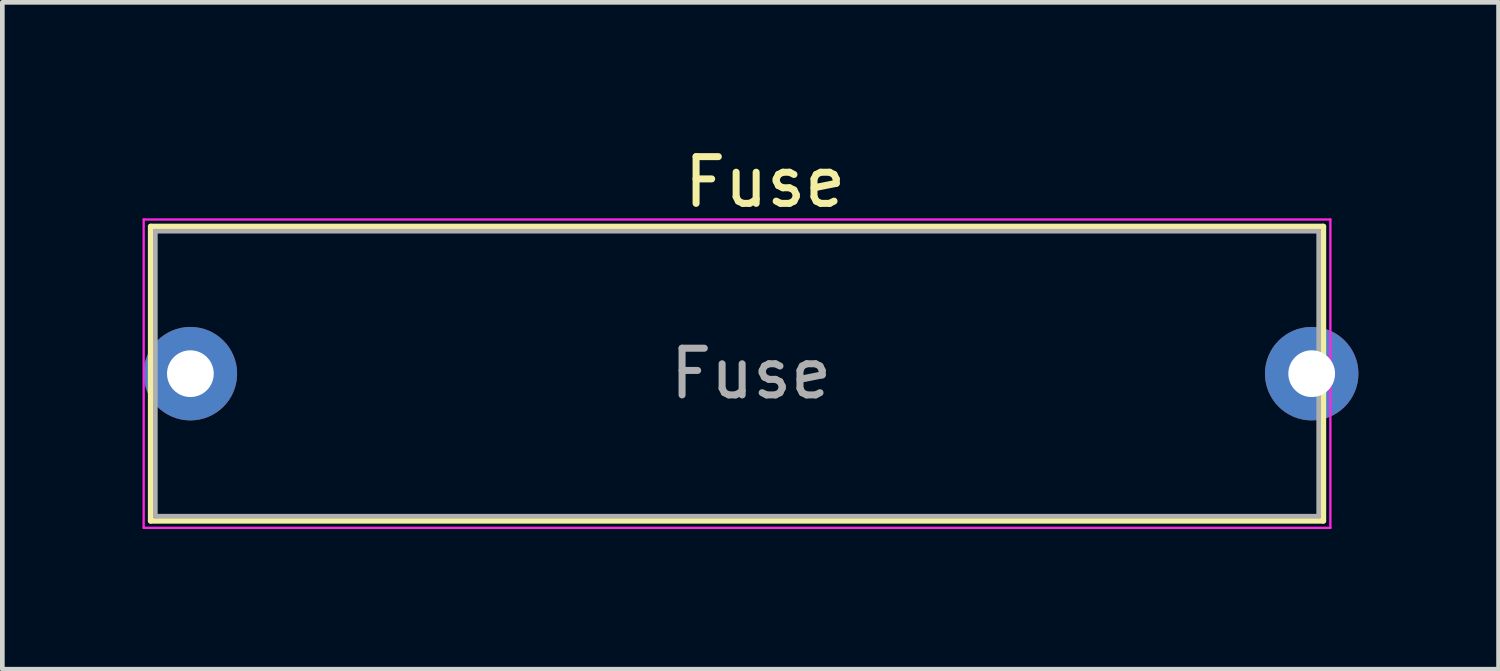
<source format=kicad_pcb>
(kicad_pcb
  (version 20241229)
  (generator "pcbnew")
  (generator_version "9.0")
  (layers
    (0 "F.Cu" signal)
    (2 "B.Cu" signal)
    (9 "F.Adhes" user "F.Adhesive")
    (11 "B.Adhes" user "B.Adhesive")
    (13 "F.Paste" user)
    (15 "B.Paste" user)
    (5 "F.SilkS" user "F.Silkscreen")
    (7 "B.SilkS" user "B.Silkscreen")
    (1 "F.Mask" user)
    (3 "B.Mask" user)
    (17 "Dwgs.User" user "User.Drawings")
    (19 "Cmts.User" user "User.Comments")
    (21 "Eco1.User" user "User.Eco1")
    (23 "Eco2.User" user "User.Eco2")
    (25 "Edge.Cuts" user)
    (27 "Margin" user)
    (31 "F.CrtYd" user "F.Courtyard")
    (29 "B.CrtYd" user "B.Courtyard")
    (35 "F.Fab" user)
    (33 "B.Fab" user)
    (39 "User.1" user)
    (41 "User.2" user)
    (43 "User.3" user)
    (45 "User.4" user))
  (footprint "Fuse"
    (layer "F.Cu")
    (at 1.025 4.948)
    (property "Reference" "Fuse" (at 12.3 -4.1 0) (layer "F.SilkS") (effects (font (size 1 1) (thickness 0.15))))
    (attr through_hole)
    (fp_line (start -0.85 -3.15) (end -0.85 3.15) (stroke (width 0.12) (type solid)) (layer "F.SilkS"))
    (fp_line (start -0.85 -3.15) (end 24.25 -3.15) (stroke (width 0.12) (type solid)) (layer "F.SilkS"))
    (fp_line (start 24.25 3.15) (end -0.85 3.15) (stroke (width 0.12) (type solid)) (layer "F.SilkS"))
    (fp_line (start 24.25 3.15) (end 24.25 -3.15) (stroke (width 0.12) (type solid)) (layer "F.SilkS"))
    (fp_line (start -1 -3.3) (end -1 3.3) (stroke (width 0.05) (type solid)) (layer "F.CrtYd"))
    (fp_line (start -1 -3.3) (end 24.4 -3.3) (stroke (width 0.05) (type solid)) (layer "F.CrtYd"))
    (fp_line (start 24.4 3.3) (end -1 3.3) (stroke (width 0.05) (type solid)) (layer "F.CrtYd"))
    (fp_line (start 24.4 3.3) (end 24.4 -3.3) (stroke (width 0.05) (type solid)) (layer "F.CrtYd"))
    (fp_line (start -0.75 -3.05) (end -0.75 3.05) (stroke (width 0.1) (type solid)) (layer "F.Fab"))
    (fp_line (start -0.75 3.05) (end 24.15 3.05) (stroke (width 0.1) (type solid)) (layer "F.Fab"))
    (fp_line (start 24.15 -3.05) (end -0.75 -3.05) (stroke (width 0.1) (type solid)) (layer "F.Fab"))
    (fp_line (start 24.15 3.05) (end 24.15 -3.05) (stroke (width 0.1) (type solid)) (layer "F.Fab"))
    (fp_text user "${REFERENCE}" (at 12 0 0) (layer "F.Fab") (effects (font (size 1 1) (thickness 0.15))))
    (pad "1" thru_hole circle (at 0 0) (size 2 2) (drill 1) (layers "*.Cu" "*.Mask"))
    (pad "2" thru_hole circle (at 24 0) (size 2 2) (drill 1) (layers "*.Cu" "*.Mask")))
  (gr_rect
    (start -3 -3)
    (end 29.025 11.273)
    (stroke (width 0.1) (type default))
    (fill no)
    (layer "Edge.Cuts")))
</source>
